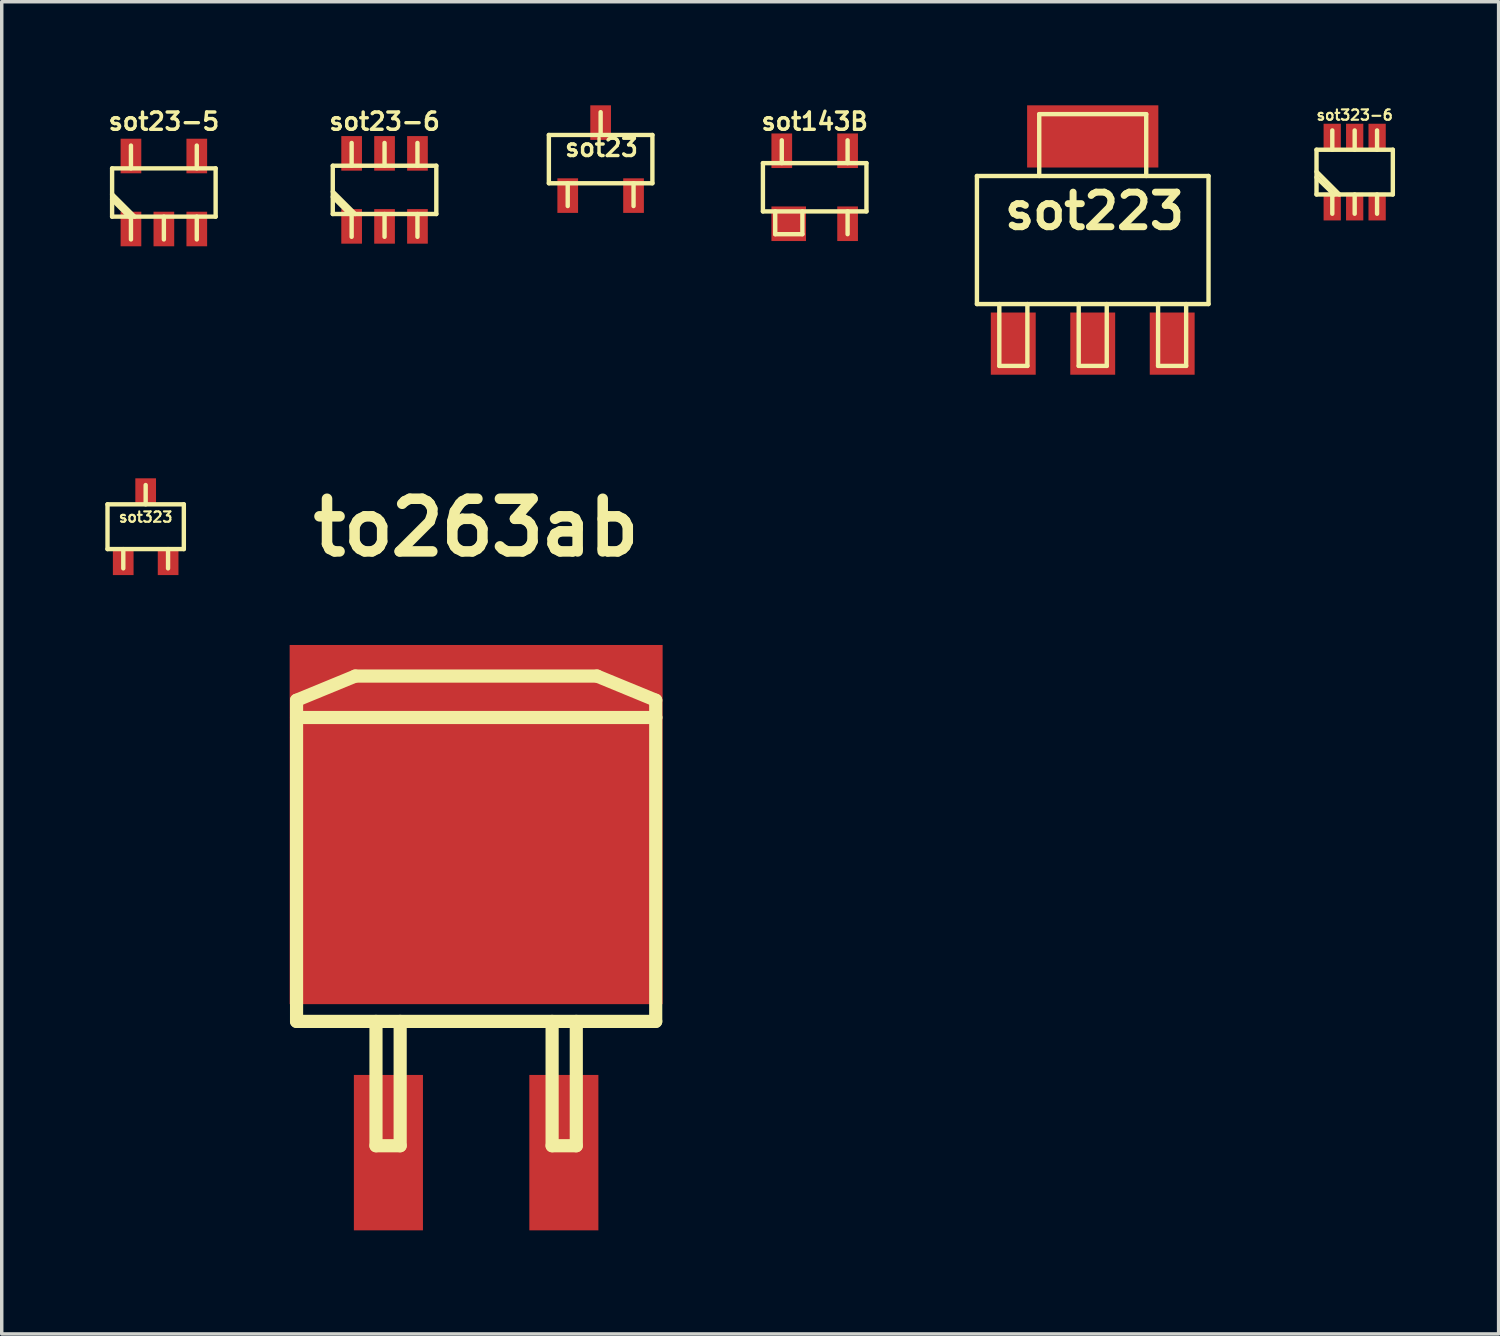
<source format=kicad_pcb>
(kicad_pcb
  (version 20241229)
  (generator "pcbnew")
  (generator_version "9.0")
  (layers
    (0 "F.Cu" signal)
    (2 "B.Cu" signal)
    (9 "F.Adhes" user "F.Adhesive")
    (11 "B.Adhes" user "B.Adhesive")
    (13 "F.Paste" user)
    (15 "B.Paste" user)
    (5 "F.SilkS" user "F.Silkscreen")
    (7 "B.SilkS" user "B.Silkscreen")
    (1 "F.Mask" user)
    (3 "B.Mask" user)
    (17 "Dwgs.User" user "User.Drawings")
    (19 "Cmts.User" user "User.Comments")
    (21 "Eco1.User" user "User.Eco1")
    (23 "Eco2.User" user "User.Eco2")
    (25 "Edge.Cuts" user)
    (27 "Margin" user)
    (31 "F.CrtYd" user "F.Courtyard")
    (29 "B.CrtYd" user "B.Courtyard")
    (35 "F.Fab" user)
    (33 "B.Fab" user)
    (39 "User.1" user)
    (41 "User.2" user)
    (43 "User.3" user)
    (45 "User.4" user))
  (footprint "sot23-5"
    (layer "F.Cu")
    (at 1.695 2.524)
    (property "Reference" "sot23-5" (at 0 -2.057 0) (layer "F.SilkS") (effects (font (size 0.5 0.5) (thickness 0.099))))
    (attr through_hole)
    (fp_line (start -1.499 -0.699) (end 1.499 -0.699) (stroke (width 0.127) (type solid)) (layer "F.SilkS"))
    (fp_line (start -1.499 0.699) (end -1.499 -0.699) (stroke (width 0.127) (type solid)) (layer "F.SilkS"))
    (fp_line (start -1.003 0.699) (end -1.499 0.203) (stroke (width 0.127) (type solid)) (layer "F.SilkS"))
    (fp_line (start -0.953 -0.699) (end -0.953 -1.359) (stroke (width 0.127) (type solid)) (layer "F.SilkS"))
    (fp_line (start -0.953 0.699) (end -0.953 1.359) (stroke (width 0.127) (type solid)) (layer "F.SilkS"))
    (fp_line (start -0.851 0.699) (end -1.499 0.051) (stroke (width 0.127) (type solid)) (layer "F.SilkS"))
    (fp_line (start 0 0.699) (end 0 1.359) (stroke (width 0.127) (type solid)) (layer "F.SilkS"))
    (fp_line (start 0.953 -0.699) (end 0.953 -1.359) (stroke (width 0.127) (type solid)) (layer "F.SilkS"))
    (fp_line (start 0.953 0.699) (end 0.953 1.359) (stroke (width 0.127) (type solid)) (layer "F.SilkS"))
    (fp_line (start 1.499 -0.699) (end 1.499 0.699) (stroke (width 0.127) (type solid)) (layer "F.SilkS"))
    (fp_line (start 1.499 0.699) (end -1.499 0.699) (stroke (width 0.127) (type solid)) (layer "F.SilkS"))
    (pad "1" smd rect (at -0.953 1.057) (size 0.599 1.001) (layers "F.Cu" "F.Mask" "F.Paste"))
    (pad "2" smd rect (at 0 1.057) (size 0.599 1.001) (layers "F.Cu" "F.Mask" "F.Paste"))
    (pad "3" smd rect (at 0.953 1.057) (size 0.599 1.001) (layers "F.Cu" "F.Mask" "F.Paste"))
    (pad "4" smd rect (at 0.953 -1.057) (size 0.599 1.001) (layers "F.Cu" "F.Mask" "F.Paste"))
    (pad "5" smd rect (at -0.953 -1.057) (size 0.599 1.001) (layers "F.Cu" "F.Mask" "F.Paste")))
  (footprint "sot323"
    (layer "F.Cu")
    (at 1.168 12.201)
    (property "Reference" "sot323" (at 0 -0.279 0) (layer "F.SilkS") (effects (font (size 0.3 0.3) (thickness 0.061))))
    (attr through_hole)
    (fp_line (start -1.105 -0.648) (end 1.105 -0.648) (stroke (width 0.127) (type solid)) (layer "F.SilkS"))
    (fp_line (start -1.105 0.648) (end -1.105 -0.648) (stroke (width 0.127) (type solid)) (layer "F.SilkS"))
    (fp_line (start -0.648 0.648) (end -0.648 1.206) (stroke (width 0.127) (type solid)) (layer "F.SilkS"))
    (fp_line (start 0 -0.648) (end 0 -1.206) (stroke (width 0.127) (type solid)) (layer "F.SilkS"))
    (fp_line (start 0.648 0.648) (end 0.648 1.206) (stroke (width 0.127) (type solid)) (layer "F.SilkS"))
    (fp_line (start 1.105 -0.648) (end 1.105 0.648) (stroke (width 0.127) (type solid)) (layer "F.SilkS"))
    (fp_line (start 1.105 0.648) (end -1.105 0.648) (stroke (width 0.127) (type solid)) (layer "F.SilkS"))
    (pad "1" smd rect (at -0.65 1.001) (size 0.599 0.8) (layers "F.Cu" "F.Mask" "F.Paste"))
    (pad "2" smd rect (at 0 -1.001) (size 0.599 0.8) (layers "F.Cu" "F.Mask" "F.Paste"))
    (pad "3" smd rect (at 0.65 1.001) (size 0.599 0.8) (layers "F.Cu" "F.Mask" "F.Paste")))
  (footprint "sot143B"
    (layer "F.Cu")
    (at 20.54 2.372)
    (property "Reference" "sot143B" (at 0 -1.905 0) (layer "F.SilkS") (effects (font (size 0.5 0.5) (thickness 0.099))))
    (attr through_hole)
    (fp_line (start -1.499 -0.699) (end 1.499 -0.699) (stroke (width 0.127) (type solid)) (layer "F.SilkS"))
    (fp_line (start -1.499 0.699) (end -1.499 -0.699) (stroke (width 0.127) (type solid)) (layer "F.SilkS"))
    (fp_line (start -1.143 0.699) (end -1.143 1.359) (stroke (width 0.127) (type solid)) (layer "F.SilkS"))
    (fp_line (start -1.143 1.359) (end -0.356 1.359) (stroke (width 0.127) (type solid)) (layer "F.SilkS"))
    (fp_line (start -0.953 -0.699) (end -0.953 -1.359) (stroke (width 0.127) (type solid)) (layer "F.SilkS"))
    (fp_line (start -0.356 0.699) (end -0.356 1.359) (stroke (width 0.127) (type solid)) (layer "F.SilkS"))
    (fp_line (start 0.953 -0.699) (end 0.953 -1.359) (stroke (width 0.127) (type solid)) (layer "F.SilkS"))
    (fp_line (start 0.953 0.699) (end 0.953 1.359) (stroke (width 0.127) (type solid)) (layer "F.SilkS"))
    (fp_line (start 1.499 -0.699) (end 1.499 0.699) (stroke (width 0.127) (type solid)) (layer "F.SilkS"))
    (fp_line (start 1.499 0.699) (end -1.499 0.699) (stroke (width 0.127) (type solid)) (layer "F.SilkS"))
    (pad "1" smd rect (at -0.752 1.057) (size 1.001 1.001) (layers "F.Cu" "F.Mask" "F.Paste"))
    (pad "2" smd rect (at 0.953 1.057) (size 0.599 1.001) (layers "F.Cu" "F.Mask" "F.Paste"))
    (pad "3" smd rect (at 0.953 -1.057) (size 0.599 1.001) (layers "F.Cu" "F.Mask" "F.Paste"))
    (pad "4" smd rect (at -0.953 -1.057) (size 0.599 1.001) (layers "F.Cu" "F.Mask" "F.Paste")))
  (footprint "sot23-6"
    (layer "F.Cu")
    (at 8.085 2.448)
    (property "Reference" "sot23-6" (at 0 -1.981 0) (layer "F.SilkS") (effects (font (size 0.5 0.5) (thickness 0.099))))
    (attr through_hole)
    (fp_line (start -1.499 -0.699) (end 1.499 -0.699) (stroke (width 0.127) (type solid)) (layer "F.SilkS"))
    (fp_line (start -1.499 0.699) (end -1.499 -0.699) (stroke (width 0.127) (type solid)) (layer "F.SilkS"))
    (fp_line (start -1.003 0.699) (end -1.499 0.203) (stroke (width 0.127) (type solid)) (layer "F.SilkS"))
    (fp_line (start -0.953 -0.699) (end -0.953 -1.359) (stroke (width 0.127) (type solid)) (layer "F.SilkS"))
    (fp_line (start -0.953 0.699) (end -0.953 1.359) (stroke (width 0.127) (type solid)) (layer "F.SilkS"))
    (fp_line (start -0.851 0.699) (end -1.499 0.051) (stroke (width 0.127) (type solid)) (layer "F.SilkS"))
    (fp_line (start 0 -0.699) (end 0 -1.359) (stroke (width 0.127) (type solid)) (layer "F.SilkS"))
    (fp_line (start 0 0.699) (end 0 1.359) (stroke (width 0.127) (type solid)) (layer "F.SilkS"))
    (fp_line (start 0.953 -0.699) (end 0.953 -1.359) (stroke (width 0.127) (type solid)) (layer "F.SilkS"))
    (fp_line (start 0.953 0.699) (end 0.953 1.359) (stroke (width 0.127) (type solid)) (layer "F.SilkS"))
    (fp_line (start 1.499 -0.699) (end 1.499 0.699) (stroke (width 0.127) (type solid)) (layer "F.SilkS"))
    (fp_line (start 1.499 0.699) (end -1.499 0.699) (stroke (width 0.127) (type solid)) (layer "F.SilkS"))
    (pad "1" smd rect (at -0.953 1.057) (size 0.599 1.001) (layers "F.Cu" "F.Mask" "F.Paste"))
    (pad "2" smd rect (at 0 1.057) (size 0.599 1.001) (layers "F.Cu" "F.Mask" "F.Paste"))
    (pad "3" smd rect (at 0.953 1.057) (size 0.599 1.001) (layers "F.Cu" "F.Mask" "F.Paste"))
    (pad "4" smd rect (at 0.953 -1.057) (size 0.599 1.001) (layers "F.Cu" "F.Mask" "F.Paste"))
    (pad "5" smd rect (at 0 -1.057) (size 0.599 1.001) (layers "F.Cu" "F.Mask" "F.Paste"))
    (pad "6" smd rect (at -0.953 -1.057) (size 0.599 1.001) (layers "F.Cu" "F.Mask" "F.Paste")))
  (footprint "to263ab"
    (layer "F.Cu")
    (at 10.737 24.726)
    (property "Reference" "to263ab" (at 0 -12.499 0) (layer "F.SilkS") (effects (font (size 1.524 1.524) (thickness 0.305))))
    (attr through_hole)
    (fp_line (start -5.2 -7.5) (end -3.5 -8.2) (stroke (width 0.381) (type solid)) (layer "F.SilkS"))
    (fp_line (start -5.2 -7) (end -5.2 -7.5) (stroke (width 0.381) (type solid)) (layer "F.SilkS"))
    (fp_line (start -5.2 -7) (end -5.2 1.8) (stroke (width 0.381) (type solid)) (layer "F.SilkS"))
    (fp_line (start -5.2 1.8) (end 5.2 1.8) (stroke (width 0.381) (type solid)) (layer "F.SilkS"))
    (fp_line (start -3.5 -8.2) (end 3.5 -8.2) (stroke (width 0.381) (type solid)) (layer "F.SilkS"))
    (fp_line (start -2.9 1.8) (end -2.9 5.4) (stroke (width 0.381) (type solid)) (layer "F.SilkS"))
    (fp_line (start -2.9 5.4) (end -2.2 5.4) (stroke (width 0.381) (type solid)) (layer "F.SilkS"))
    (fp_line (start -2.2 5.4) (end -2.2 1.8) (stroke (width 0.381) (type solid)) (layer "F.SilkS"))
    (fp_line (start 2.2 1.8) (end 2.2 5.4) (stroke (width 0.381) (type solid)) (layer "F.SilkS"))
    (fp_line (start 2.2 5.4) (end 2.9 5.4) (stroke (width 0.381) (type solid)) (layer "F.SilkS"))
    (fp_line (start 2.9 5.4) (end 2.9 1.8) (stroke (width 0.381) (type solid)) (layer "F.SilkS"))
    (fp_line (start 3.5 -8.2) (end 5.2 -7.5) (stroke (width 0.381) (type solid)) (layer "F.SilkS"))
    (fp_line (start 5.2 -7.5) (end 5.2 -7) (stroke (width 0.381) (type solid)) (layer "F.SilkS"))
    (fp_line (start 5.2 -7) (end -5.2 -7) (stroke (width 0.381) (type solid)) (layer "F.SilkS"))
    (fp_line (start 5.2 1.8) (end 5.2 -7) (stroke (width 0.381) (type solid)) (layer "F.SilkS"))
    (pad "1" smd rect (at -2.54 5.6) (size 2 4.5) (layers "F.Cu" "F.Mask" "F.Paste"))
    (pad "2" smd rect (at 0 -3.9) (size 10.8 10.4) (layers "F.Cu" "F.Mask" "F.Paste"))
    (pad "3" smd rect (at 2.54 5.6) (size 2 4.5) (layers "F.Cu" "F.Mask" "F.Paste")))
  (footprint "sot223"
    (layer "F.Cu")
    (at 28.591 3.9)
    (property "Reference" "sot223" (at 0.051 -0.838 0) (layer "F.SilkS") (effects (font (size 1.001 1.001) (thickness 0.201))))
    (attr through_hole)
    (fp_line (start -3.353 -1.854) (end 3.353 -1.854) (stroke (width 0.127) (type solid)) (layer "F.SilkS"))
    (fp_line (start -3.353 1.854) (end -3.353 -1.854) (stroke (width 0.127) (type solid)) (layer "F.SilkS"))
    (fp_line (start -2.705 3.645) (end -2.705 1.854) (stroke (width 0.127) (type solid)) (layer "F.SilkS"))
    (fp_line (start -2.705 3.645) (end -1.892 3.645) (stroke (width 0.127) (type solid)) (layer "F.SilkS"))
    (fp_line (start -1.892 3.645) (end -1.892 1.854) (stroke (width 0.127) (type solid)) (layer "F.SilkS"))
    (fp_line (start -1.549 -3.645) (end -1.549 -1.854) (stroke (width 0.127) (type solid)) (layer "F.SilkS"))
    (fp_line (start -1.549 -3.645) (end 1.549 -3.645) (stroke (width 0.127) (type solid)) (layer "F.SilkS"))
    (fp_line (start -0.406 3.645) (end -0.406 1.854) (stroke (width 0.127) (type solid)) (layer "F.SilkS"))
    (fp_line (start -0.406 3.645) (end 0.406 3.645) (stroke (width 0.127) (type solid)) (layer "F.SilkS"))
    (fp_line (start 0.406 3.645) (end 0.406 1.854) (stroke (width 0.127) (type solid)) (layer "F.SilkS"))
    (fp_line (start 1.549 -3.645) (end 1.549 -1.854) (stroke (width 0.127) (type solid)) (layer "F.SilkS"))
    (fp_line (start 1.892 3.645) (end 1.892 1.854) (stroke (width 0.127) (type solid)) (layer "F.SilkS"))
    (fp_line (start 1.892 3.645) (end 2.705 3.645) (stroke (width 0.127) (type solid)) (layer "F.SilkS"))
    (fp_line (start 2.705 3.645) (end 2.705 1.854) (stroke (width 0.127) (type solid)) (layer "F.SilkS"))
    (fp_line (start 3.353 -1.854) (end 3.353 1.854) (stroke (width 0.127) (type solid)) (layer "F.SilkS"))
    (fp_line (start 3.353 1.854) (end -3.353 1.854) (stroke (width 0.127) (type solid)) (layer "F.SilkS"))
    (pad "1" smd rect (at -2.301 3) (size 1.3 1.801) (layers "F.Cu" "F.Mask" "F.Paste"))
    (pad "2" smd rect (at 0 3) (size 1.3 1.801) (layers "F.Cu" "F.Mask" "F.Paste"))
    (pad "3" smd rect (at 2.301 3) (size 1.3 1.801) (layers "F.Cu" "F.Mask" "F.Paste"))
    (pad "4" smd rect (at 0 -3) (size 3.8 1.801) (layers "F.Cu" "F.Mask" "F.Paste")))
  (footprint "sot23"
    (layer "F.Cu")
    (at 14.342 1.557)
    (property "Reference" "sot23" (at 0.025 -0.33 0) (layer "F.SilkS") (effects (font (size 0.5 0.5) (thickness 0.099))))
    (attr through_hole)
    (fp_line (start -1.499 -0.699) (end 1.499 -0.699) (stroke (width 0.127) (type solid)) (layer "F.SilkS"))
    (fp_line (start -1.499 0.699) (end -1.499 -0.699) (stroke (width 0.127) (type solid)) (layer "F.SilkS"))
    (fp_line (start -0.953 0.699) (end -0.953 1.359) (stroke (width 0.127) (type solid)) (layer "F.SilkS"))
    (fp_line (start 0 -0.699) (end 0 -1.359) (stroke (width 0.127) (type solid)) (layer "F.SilkS"))
    (fp_line (start 0.953 0.699) (end 0.953 1.359) (stroke (width 0.127) (type solid)) (layer "F.SilkS"))
    (fp_line (start 1.499 -0.699) (end 1.499 0.699) (stroke (width 0.127) (type solid)) (layer "F.SilkS"))
    (fp_line (start 1.499 0.699) (end -1.499 0.699) (stroke (width 0.127) (type solid)) (layer "F.SilkS"))
    (pad "1" smd rect (at -0.953 1.057) (size 0.599 1.001) (layers "F.Cu" "F.Mask" "F.Paste"))
    (pad "2" smd rect (at 0.953 1.057) (size 0.599 1.001) (layers "F.Cu" "F.Mask" "F.Paste"))
    (pad "3" smd rect (at 0 -1.057) (size 0.599 1.001) (layers "F.Cu" "F.Mask" "F.Paste")))
  (footprint "sot323-6"
    (layer "F.Cu")
    (at 36.176 1.933)
    (property "Reference" "sot323-6" (at 0 -1.651 0) (layer "F.SilkS") (effects (font (size 0.3 0.3) (thickness 0.061))))
    (attr through_hole)
    (fp_line (start -1.105 -0.648) (end 1.105 -0.648) (stroke (width 0.127) (type solid)) (layer "F.SilkS"))
    (fp_line (start -1.105 0.648) (end -1.105 -0.648) (stroke (width 0.127) (type solid)) (layer "F.SilkS"))
    (fp_line (start -0.648 -0.648) (end -0.648 -1.206) (stroke (width 0.127) (type solid)) (layer "F.SilkS"))
    (fp_line (start -0.648 0.648) (end -0.648 1.206) (stroke (width 0.127) (type solid)) (layer "F.SilkS"))
    (fp_line (start -0.597 0.648) (end -1.105 0.152) (stroke (width 0.127) (type solid)) (layer "F.SilkS"))
    (fp_line (start -0.445 0.648) (end -1.105 -0.013) (stroke (width 0.127) (type solid)) (layer "F.SilkS"))
    (fp_line (start 0 -0.648) (end 0 -1.206) (stroke (width 0.127) (type solid)) (layer "F.SilkS"))
    (fp_line (start 0 0.648) (end 0 1.206) (stroke (width 0.127) (type solid)) (layer "F.SilkS"))
    (fp_line (start 0.648 -0.648) (end 0.648 -1.206) (stroke (width 0.127) (type solid)) (layer "F.SilkS"))
    (fp_line (start 0.648 0.648) (end 0.648 1.206) (stroke (width 0.127) (type solid)) (layer "F.SilkS"))
    (fp_line (start 1.105 -0.648) (end 1.105 0.648) (stroke (width 0.127) (type solid)) (layer "F.SilkS"))
    (fp_line (start 1.105 0.648) (end -1.105 0.648) (stroke (width 0.127) (type solid)) (layer "F.SilkS"))
    (pad "1" smd rect (at -0.65 1) (size 0.5 0.8) (layers "F.Cu" "F.Mask" "F.Paste"))
    (pad "2" smd rect (at 0 1) (size 0.5 0.8) (layers "F.Cu" "F.Mask" "F.Paste"))
    (pad "3" smd rect (at 0.65 1) (size 0.5 0.8) (layers "F.Cu" "F.Mask" "F.Paste"))
    (pad "4" smd rect (at 0.65 -1) (size 0.5 0.8) (layers "F.Cu" "F.Mask" "F.Paste"))
    (pad "5" smd rect (at 0 -1) (size 0.5 0.8) (layers "F.Cu" "F.Mask" "F.Paste"))
    (pad "6" smd rect (at -0.65 -1) (size 0.5 0.8) (layers "F.Cu" "F.Mask" "F.Paste")))
  (gr_rect
    (start -3 -3)
    (end 40.344 35.576)
    (stroke (width 0.1) (type default))
    (fill no)
    (layer "Edge.Cuts")))
</source>
